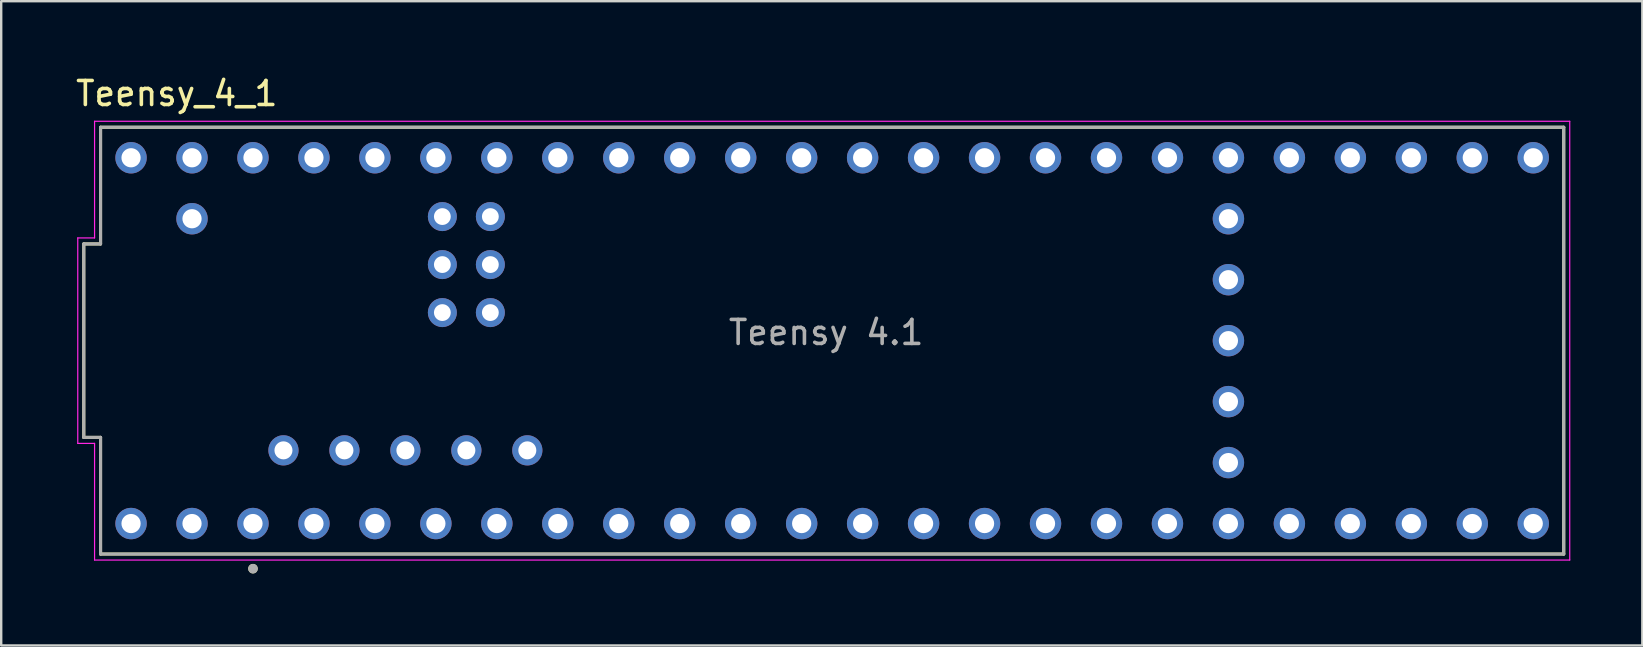
<source format=kicad_pcb>
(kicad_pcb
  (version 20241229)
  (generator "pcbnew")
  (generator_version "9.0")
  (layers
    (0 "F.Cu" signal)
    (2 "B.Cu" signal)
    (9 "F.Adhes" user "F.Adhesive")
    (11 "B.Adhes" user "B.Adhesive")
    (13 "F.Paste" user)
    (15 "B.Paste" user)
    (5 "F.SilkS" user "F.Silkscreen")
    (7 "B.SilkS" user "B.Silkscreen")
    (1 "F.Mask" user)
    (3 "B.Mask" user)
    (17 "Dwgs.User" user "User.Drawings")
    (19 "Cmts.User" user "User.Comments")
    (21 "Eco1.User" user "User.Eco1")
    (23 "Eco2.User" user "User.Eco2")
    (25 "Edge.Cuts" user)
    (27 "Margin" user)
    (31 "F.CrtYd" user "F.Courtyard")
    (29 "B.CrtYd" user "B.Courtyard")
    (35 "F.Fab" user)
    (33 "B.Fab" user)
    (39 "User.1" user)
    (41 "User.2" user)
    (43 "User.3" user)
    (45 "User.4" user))
  (footprint "Teensy_4_1"
    (layer "F.Cu")
    (at 31.62 11.143)
    (property "Reference" "Teensy_4_1" (at -27.305 -10.295 0) (layer "F.SilkS") (effects (font (size 1 1) (thickness 0.15))))
    (attr through_hole)
    (fp_line (start -31.18 4.03) (end -31.18 -4.03) (stroke (width 0.127) (type solid)) (layer "F.SilkS"))
    (fp_line (start -30.48 -8.89) (end -30.48 -4.03) (stroke (width 0.127) (type solid)) (layer "F.SilkS"))
    (fp_line (start -30.48 -8.89) (end 30.48 -8.89) (stroke (width 0.127) (type solid)) (layer "F.SilkS"))
    (fp_line (start -30.48 -4.03) (end -31.18 -4.03) (stroke (width 0.127) (type solid)) (layer "F.SilkS"))
    (fp_line (start -30.48 4.03) (end -31.18 4.03) (stroke (width 0.127) (type solid)) (layer "F.SilkS"))
    (fp_line (start -30.48 8.89) (end -30.48 4.03) (stroke (width 0.127) (type solid)) (layer "F.SilkS"))
    (fp_line (start 30.48 -8.89) (end 30.48 8.89) (stroke (width 0.127) (type solid)) (layer "F.SilkS"))
    (fp_line (start 30.48 8.89) (end -30.48 8.89) (stroke (width 0.127) (type solid)) (layer "F.SilkS"))
    (fp_circle (center -24.13 9.5) (end -24.03 9.5) (stroke (width 0.2) (type solid)) (fill no) (layer "F.SilkS"))
    (fp_line (start -31.43 4.28) (end -31.43 -4.28) (stroke (width 0.05) (type solid)) (layer "F.CrtYd"))
    (fp_line (start -30.73 -9.14) (end -30.73 -4.28) (stroke (width 0.05) (type solid)) (layer "F.CrtYd"))
    (fp_line (start -30.73 -9.14) (end 30.73 -9.14) (stroke (width 0.05) (type solid)) (layer "F.CrtYd"))
    (fp_line (start -30.73 -4.28) (end -31.43 -4.28) (stroke (width 0.05) (type solid)) (layer "F.CrtYd"))
    (fp_line (start -30.73 4.28) (end -31.43 4.28) (stroke (width 0.05) (type solid)) (layer "F.CrtYd"))
    (fp_line (start -30.73 9.14) (end -30.73 4.28) (stroke (width 0.05) (type solid)) (layer "F.CrtYd"))
    (fp_line (start 30.73 -9.14) (end 30.73 9.14) (stroke (width 0.05) (type solid)) (layer "F.CrtYd"))
    (fp_line (start 30.73 9.14) (end -30.73 9.14) (stroke (width 0.05) (type solid)) (layer "F.CrtYd"))
    (fp_line (start -31.18 4.03) (end -31.18 -4.03) (stroke (width 0.127) (type solid)) (layer "F.Fab"))
    (fp_line (start -30.48 -8.89) (end -30.48 -4.03) (stroke (width 0.127) (type solid)) (layer "F.Fab"))
    (fp_line (start -30.48 -8.89) (end 30.48 -8.89) (stroke (width 0.127) (type solid)) (layer "F.Fab"))
    (fp_line (start -30.48 -4.03) (end -31.18 -4.03) (stroke (width 0.127) (type solid)) (layer "F.Fab"))
    (fp_line (start -30.48 4.03) (end -31.18 4.03) (stroke (width 0.127) (type solid)) (layer "F.Fab"))
    (fp_line (start -30.48 8.89) (end -30.48 4.03) (stroke (width 0.127) (type solid)) (layer "F.Fab"))
    (fp_line (start 30.48 -8.89) (end 30.48 8.89) (stroke (width 0.127) (type solid)) (layer "F.Fab"))
    (fp_line (start 30.48 8.89) (end -30.48 8.89) (stroke (width 0.127) (type solid)) (layer "F.Fab"))
    (fp_circle (center -24.13 9.5) (end -24.03 9.5) (stroke (width 0.2) (type solid)) (fill no) (layer "F.Fab"))
    (fp_text user "Teensy 4.1" (at -0.25 -0.34 0) (layer "F.Fab") (effects (font (size 1 1) (thickness 0.15))))
    (pad "0" thru_hole circle (at -26.67 7.62) (size 1.308 1.308) (drill 0.8) (layers "*.Cu" "*.Mask"))
    (pad "1" thru_hole circle (at -24.13 7.62) (size 1.308 1.308) (drill 0.8) (layers "*.Cu" "*.Mask"))
    (pad "2" thru_hole circle (at -21.59 7.62) (size 1.308 1.308) (drill 0.8) (layers "*.Cu" "*.Mask"))
    (pad "3" thru_hole circle (at -19.05 7.62) (size 1.308 1.308) (drill 0.8) (layers "*.Cu" "*.Mask"))
    (pad "3.3V_1" thru_hole circle (at 6.35 7.62) (size 1.308 1.308) (drill 0.8) (layers "*.Cu" "*.Mask"))
    (pad "3.3V_2" thru_hole circle (at -24.13 -7.62) (size 1.308 1.308) (drill 0.8) (layers "*.Cu" "*.Mask"))
    (pad "3.3V_3" thru_hole circle (at 16.51 2.54) (size 1.308 1.308) (drill 0.8) (layers "*.Cu" "*.Mask"))
    (pad "4" thru_hole circle (at -16.51 7.62) (size 1.308 1.308) (drill 0.8) (layers "*.Cu" "*.Mask"))
    (pad "5" thru_hole circle (at -13.97 7.62) (size 1.308 1.308) (drill 0.8) (layers "*.Cu" "*.Mask"))
    (pad "5V" thru_hole circle (at -22.86 4.57) (size 1.258 1.258) (drill 0.75) (layers "*.Cu" "*.Mask"))
    (pad "6" thru_hole circle (at -11.43 7.62) (size 1.308 1.308) (drill 0.8) (layers "*.Cu" "*.Mask"))
    (pad "7" thru_hole circle (at -8.89 7.62) (size 1.308 1.308) (drill 0.8) (layers "*.Cu" "*.Mask"))
    (pad "8" thru_hole circle (at -6.35 7.62) (size 1.308 1.308) (drill 0.8) (layers "*.Cu" "*.Mask"))
    (pad "9" thru_hole circle (at -3.81 7.62) (size 1.308 1.308) (drill 0.8) (layers "*.Cu" "*.Mask"))
    (pad "10" thru_hole circle (at -1.27 7.62) (size 1.308 1.308) (drill 0.8) (layers "*.Cu" "*.Mask"))
    (pad "11" thru_hole circle (at 1.27 7.62) (size 1.308 1.308) (drill 0.8) (layers "*.Cu" "*.Mask"))
    (pad "12" thru_hole circle (at 3.81 7.62) (size 1.308 1.308) (drill 0.8) (layers "*.Cu" "*.Mask"))
    (pad "13" thru_hole circle (at 3.81 -7.62) (size 1.308 1.308) (drill 0.8) (layers "*.Cu" "*.Mask"))
    (pad "14" thru_hole circle (at 1.27 -7.62) (size 1.308 1.308) (drill 0.8) (layers "*.Cu" "*.Mask"))
    (pad "15" thru_hole circle (at -1.27 -7.62) (size 1.308 1.308) (drill 0.8) (layers "*.Cu" "*.Mask"))
    (pad "16" thru_hole circle (at -3.81 -7.62) (size 1.308 1.308) (drill 0.8) (layers "*.Cu" "*.Mask"))
    (pad "17" thru_hole circle (at -6.35 -7.62) (size 1.308 1.308) (drill 0.8) (layers "*.Cu" "*.Mask"))
    (pad "18" thru_hole circle (at -8.89 -7.62) (size 1.308 1.308) (drill 0.8) (layers "*.Cu" "*.Mask"))
    (pad "19" thru_hole circle (at -11.43 -7.62) (size 1.308 1.308) (drill 0.8) (layers "*.Cu" "*.Mask"))
    (pad "20" thru_hole circle (at -13.97 -7.62) (size 1.308 1.308) (drill 0.8) (layers "*.Cu" "*.Mask"))
    (pad "21" thru_hole circle (at -16.51 -7.62) (size 1.308 1.308) (drill 0.8) (layers "*.Cu" "*.Mask"))
    (pad "22" thru_hole circle (at -19.05 -7.62) (size 1.308 1.308) (drill 0.8) (layers "*.Cu" "*.Mask"))
    (pad "23" thru_hole circle (at -21.59 -7.62) (size 1.308 1.308) (drill 0.8) (layers "*.Cu" "*.Mask"))
    (pad "24" thru_hole circle (at 8.89 7.62) (size 1.308 1.308) (drill 0.8) (layers "*.Cu" "*.Mask"))
    (pad "25" thru_hole circle (at 11.43 7.62) (size 1.308 1.308) (drill 0.8) (layers "*.Cu" "*.Mask"))
    (pad "26" thru_hole circle (at 13.97 7.62) (size 1.308 1.308) (drill 0.8) (layers "*.Cu" "*.Mask"))
    (pad "27" thru_hole circle (at 16.51 7.62) (size 1.308 1.308) (drill 0.8) (layers "*.Cu" "*.Mask"))
    (pad "28" thru_hole circle (at 19.05 7.62) (size 1.308 1.308) (drill 0.8) (layers "*.Cu" "*.Mask"))
    (pad "29" thru_hole circle (at 21.59 7.62) (size 1.308 1.308) (drill 0.8) (layers "*.Cu" "*.Mask"))
    (pad "30" thru_hole circle (at 24.13 7.62) (size 1.308 1.308) (drill 0.8) (layers "*.Cu" "*.Mask"))
    (pad "31" thru_hole circle (at 26.67 7.62) (size 1.308 1.308) (drill 0.8) (layers "*.Cu" "*.Mask"))
    (pad "32" thru_hole circle (at 29.21 7.62) (size 1.308 1.308) (drill 0.8) (layers "*.Cu" "*.Mask"))
    (pad "33" thru_hole circle (at 29.21 -7.62) (size 1.308 1.308) (drill 0.8) (layers "*.Cu" "*.Mask"))
    (pad "34" thru_hole circle (at 26.67 -7.62) (size 1.308 1.308) (drill 0.8) (layers "*.Cu" "*.Mask"))
    (pad "35" thru_hole circle (at 24.13 -7.62) (size 1.308 1.308) (drill 0.8) (layers "*.Cu" "*.Mask"))
    (pad "36" thru_hole circle (at 21.59 -7.62) (size 1.308 1.308) (drill 0.8) (layers "*.Cu" "*.Mask"))
    (pad "37" thru_hole circle (at 19.05 -7.62) (size 1.308 1.308) (drill 0.8) (layers "*.Cu" "*.Mask"))
    (pad "38" thru_hole circle (at 16.51 -7.62) (size 1.308 1.308) (drill 0.8) (layers "*.Cu" "*.Mask"))
    (pad "39" thru_hole circle (at 13.97 -7.62) (size 1.308 1.308) (drill 0.8) (layers "*.Cu" "*.Mask"))
    (pad "40" thru_hole circle (at 11.43 -7.62) (size 1.308 1.308) (drill 0.8) (layers "*.Cu" "*.Mask"))
    (pad "41" thru_hole circle (at 8.89 -7.62) (size 1.308 1.308) (drill 0.8) (layers "*.Cu" "*.Mask"))
    (pad "D+" thru_hole circle (at -17.78 4.57) (size 1.258 1.258) (drill 0.75) (layers "*.Cu" "*.Mask"))
    (pad "D-" thru_hole circle (at -20.32 4.57) (size 1.258 1.258) (drill 0.75) (layers "*.Cu" "*.Mask"))
    (pad "GND1" thru_hole circle (at -29.21 7.62) (size 1.308 1.308) (drill 0.8) (layers "*.Cu" "*.Mask"))
    (pad "GND2" thru_hole circle (at 6.35 -7.62) (size 1.308 1.308) (drill 0.8) (layers "*.Cu" "*.Mask"))
    (pad "GND3" thru_hole circle (at -26.67 -7.62) (size 1.308 1.308) (drill 0.8) (layers "*.Cu" "*.Mask"))
    (pad "GND4" thru_hole circle (at 16.51 0) (size 1.308 1.308) (drill 0.8) (layers "*.Cu" "*.Mask"))
    (pad "GND5" thru_hole circle (at -14.24 -3.17) (size 1.208 1.208) (drill 0.7) (layers "*.Cu" "*.Mask"))
    (pad "LED" thru_hole circle (at -16.24 -3.17) (size 1.208 1.208) (drill 0.7) (layers "*.Cu" "*.Mask"))
    (pad "ON/OFF" thru_hole circle (at 16.51 -5.08) (size 1.308 1.308) (drill 0.8) (layers "*.Cu" "*.Mask"))
    (pad "PROGRAM" thru_hole circle (at 16.51 -2.54) (size 1.308 1.308) (drill 0.8) (layers "*.Cu" "*.Mask"))
    (pad "R+" thru_hole circle (at -16.24 -5.17) (size 1.208 1.208) (drill 0.7) (layers "*.Cu" "*.Mask"))
    (pad "R-" thru_hole circle (at -14.24 -5.17) (size 1.208 1.208) (drill 0.7) (layers "*.Cu" "*.Mask"))
    (pad "T+" thru_hole circle (at -14.24 -1.17) (size 1.208 1.208) (drill 0.7) (layers "*.Cu" "*.Mask"))
    (pad "T-" thru_hole circle (at -16.24 -1.17) (size 1.208 1.208) (drill 0.7) (layers "*.Cu" "*.Mask"))
    (pad "USB_GND1" thru_hole circle (at -15.24 4.57) (size 1.258 1.258) (drill 0.75) (layers "*.Cu" "*.Mask"))
    (pad "USB_GND2" thru_hole circle (at -12.7 4.57) (size 1.258 1.258) (drill 0.75) (layers "*.Cu" "*.Mask"))
    (pad "VBAT" thru_hole circle (at 16.51 5.08) (size 1.308 1.308) (drill 0.8) (layers "*.Cu" "*.Mask"))
    (pad "VIN" thru_hole circle (at -29.21 -7.62) (size 1.308 1.308) (drill 0.8) (layers "*.Cu" "*.Mask"))
    (pad "VUSB" thru_hole circle (at -26.67 -5.08) (size 1.308 1.308) (drill 0.8) (layers "*.Cu" "*.Mask")))
  (gr_rect
    (start -3 -3)
    (end 65.375 23.843)
    (stroke (width 0.1) (type default))
    (fill no)
    (layer "Edge.Cuts")))
</source>
